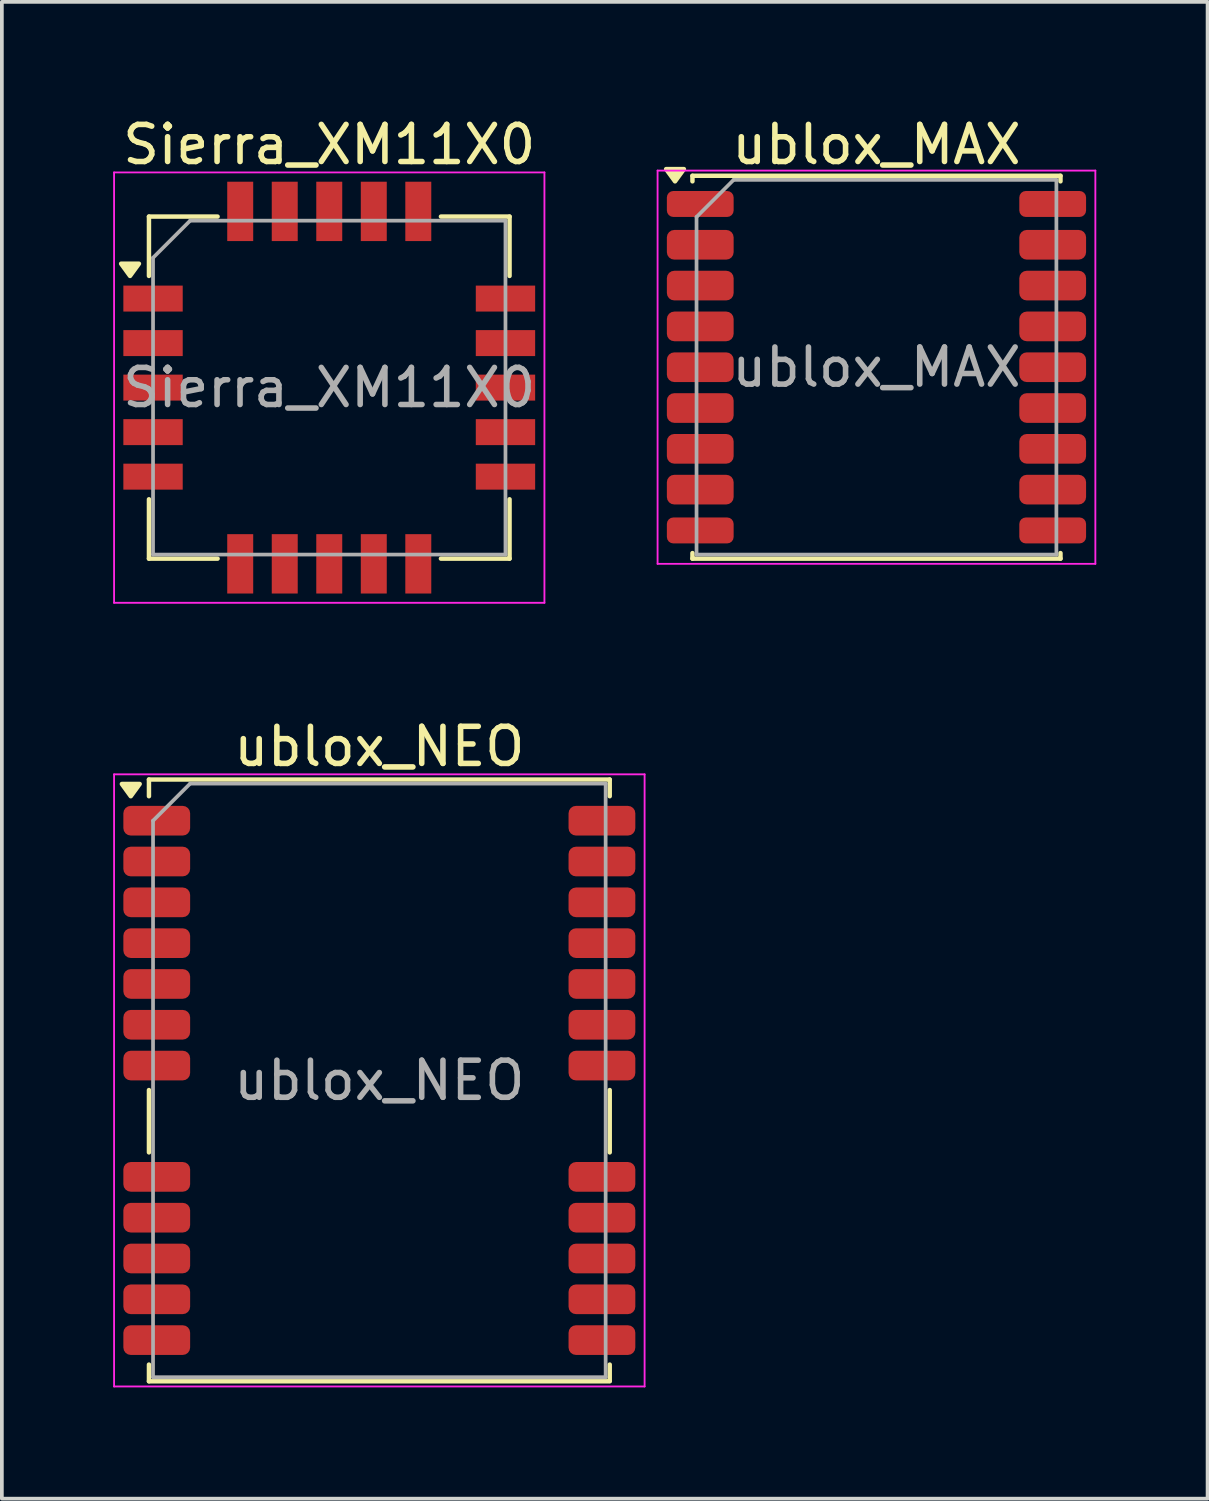
<source format=kicad_pcb>
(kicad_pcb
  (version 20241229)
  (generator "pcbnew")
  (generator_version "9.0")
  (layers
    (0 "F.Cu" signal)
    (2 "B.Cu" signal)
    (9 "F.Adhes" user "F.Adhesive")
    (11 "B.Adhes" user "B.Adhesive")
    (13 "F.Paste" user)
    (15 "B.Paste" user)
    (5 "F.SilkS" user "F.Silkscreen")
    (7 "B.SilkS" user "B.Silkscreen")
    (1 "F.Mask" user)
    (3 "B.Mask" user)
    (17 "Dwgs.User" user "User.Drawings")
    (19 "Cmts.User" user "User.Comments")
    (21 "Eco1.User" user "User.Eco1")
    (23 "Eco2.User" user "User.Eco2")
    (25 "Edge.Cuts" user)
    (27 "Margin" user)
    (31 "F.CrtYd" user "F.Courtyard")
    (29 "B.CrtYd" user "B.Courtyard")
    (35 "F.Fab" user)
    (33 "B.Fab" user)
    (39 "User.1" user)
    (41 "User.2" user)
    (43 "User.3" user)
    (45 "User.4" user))
  (footprint "Sierra_XM11X0"
    (layer "F.Cu")
    (at 5.825 7.398)
    (property "Reference" "Sierra_XM11X0" (at 0 -6.55 0) (layer "F.SilkS") (effects (font (size 1 1) (thickness 0.15))))
    (attr smd)
    (fp_line (start -4.86 -4.61) (end -3.01 -4.61) (stroke (width 0.12) (type solid)) (layer "F.SilkS"))
    (fp_line (start -4.86 -3.01) (end -4.86 -4.61) (stroke (width 0.12) (type solid)) (layer "F.SilkS"))
    (fp_line (start -4.86 3.01) (end -4.86 4.61) (stroke (width 0.12) (type solid)) (layer "F.SilkS"))
    (fp_line (start -4.86 4.61) (end -3.01 4.61) (stroke (width 0.12) (type solid)) (layer "F.SilkS"))
    (fp_line (start 4.86 -4.61) (end 3.01 -4.61) (stroke (width 0.12) (type solid)) (layer "F.SilkS"))
    (fp_line (start 4.86 -3.01) (end 4.86 -4.61) (stroke (width 0.12) (type solid)) (layer "F.SilkS"))
    (fp_line (start 4.86 3.01) (end 4.86 4.61) (stroke (width 0.12) (type solid)) (layer "F.SilkS"))
    (fp_line (start 4.86 4.61) (end 3.01 4.61) (stroke (width 0.12) (type solid)) (layer "F.SilkS"))
    (fp_poly (pts (xy -5.37 -3.01) (xy -5.61 -3.34) (xy -5.13 -3.34) (xy -5.37 -3.01)) (stroke (width 0.12) (type solid)) (fill yes) (layer "F.SilkS"))
    (fp_line (start -5.8 -5.8) (end -5.8 5.8) (stroke (width 0.05) (type solid)) (layer "F.CrtYd"))
    (fp_line (start -5.8 5.8) (end 5.8 5.8) (stroke (width 0.05) (type solid)) (layer "F.CrtYd"))
    (fp_line (start 5.8 -5.8) (end -5.8 -5.8) (stroke (width 0.05) (type solid)) (layer "F.CrtYd"))
    (fp_line (start 5.8 5.8) (end 5.8 -5.8) (stroke (width 0.05) (type solid)) (layer "F.CrtYd"))
    (fp_line (start -4.75 -3.5) (end -3.75 -4.5) (stroke (width 0.1) (type solid)) (layer "F.Fab"))
    (fp_line (start -4.75 4.5) (end -4.75 -3.5) (stroke (width 0.1) (type solid)) (layer "F.Fab"))
    (fp_line (start -3.75 -4.5) (end 4.75 -4.5) (stroke (width 0.1) (type solid)) (layer "F.Fab"))
    (fp_line (start 4.75 -4.5) (end 4.75 4.5) (stroke (width 0.1) (type solid)) (layer "F.Fab"))
    (fp_line (start 4.75 4.5) (end -4.75 4.5) (stroke (width 0.1) (type solid)) (layer "F.Fab"))
    (fp_text user "${REFERENCE}" (at 0 0 0) (layer "F.Fab") (effects (font (size 1 1) (thickness 0.15))))
    (pad "1" smd rect (at -4.75 -2.4) (size 1.6 0.7) (layers "F.Cu" "F.Mask" "F.Paste"))
    (pad "2" smd rect (at -4.75 -1.2) (size 1.6 0.7) (layers "F.Cu" "F.Mask" "F.Paste"))
    (pad "3" smd rect (at -4.75 0) (size 1.6 0.7) (layers "F.Cu" "F.Mask" "F.Paste"))
    (pad "4" smd rect (at -4.75 1.2) (size 1.6 0.7) (layers "F.Cu" "F.Mask" "F.Paste"))
    (pad "5" smd rect (at -4.75 2.4) (size 1.6 0.7) (layers "F.Cu" "F.Mask" "F.Paste"))
    (pad "6" smd rect (at -2.4 4.75) (size 0.7 1.6) (layers "F.Cu" "F.Mask" "F.Paste"))
    (pad "7" smd rect (at -1.2 4.75) (size 0.7 1.6) (layers "F.Cu" "F.Mask" "F.Paste"))
    (pad "8" smd rect (at 0 4.75) (size 0.7 1.6) (layers "F.Cu" "F.Mask" "F.Paste"))
    (pad "9" smd rect (at 1.2 4.75) (size 0.7 1.6) (layers "F.Cu" "F.Mask" "F.Paste"))
    (pad "10" smd rect (at 2.4 4.75) (size 0.7 1.6) (layers "F.Cu" "F.Mask" "F.Paste"))
    (pad "11" smd rect (at 4.75 2.4) (size 1.6 0.7) (layers "F.Cu" "F.Mask" "F.Paste"))
    (pad "12" smd rect (at 4.75 1.2) (size 1.6 0.7) (layers "F.Cu" "F.Mask" "F.Paste"))
    (pad "13" smd rect (at 4.75 0) (size 1.6 0.7) (layers "F.Cu" "F.Mask" "F.Paste"))
    (pad "14" smd rect (at 4.75 -1.2) (size 1.6 0.7) (layers "F.Cu" "F.Mask" "F.Paste"))
    (pad "15" smd rect (at 4.75 -2.4) (size 1.6 0.7) (layers "F.Cu" "F.Mask" "F.Paste"))
    (pad "16" smd rect (at 2.4 -4.75) (size 0.7 1.6) (layers "F.Cu" "F.Mask" "F.Paste"))
    (pad "17" smd rect (at 1.2 -4.75) (size 0.7 1.6) (layers "F.Cu" "F.Mask" "F.Paste"))
    (pad "18" smd rect (at 0 -4.75) (size 0.7 1.6) (layers "F.Cu" "F.Mask" "F.Paste"))
    (pad "19" smd rect (at -1.2 -4.75) (size 0.7 1.6) (layers "F.Cu" "F.Mask" "F.Paste"))
    (pad "20" smd rect (at -2.4 -4.75) (size 0.7 1.6) (layers "F.Cu" "F.Mask" "F.Paste")))
  (footprint "ublox_NEO"
    (layer "F.Cu")
    (at 7.175 26.072)
    (property "Reference" "ublox_NEO" (at 0 -9 0) (layer "F.SilkS") (effects (font (size 1 1) (thickness 0.15))))
    (attr smd)
    (fp_line (start -6.21 -8.11) (end -6.21 -7.66) (stroke (width 0.12) (type solid)) (layer "F.SilkS"))
    (fp_line (start -6.21 -8.11) (end 6.21 -8.11) (stroke (width 0.12) (type solid)) (layer "F.SilkS"))
    (fp_line (start -6.21 0.26) (end -6.21 1.94) (stroke (width 0.12) (type solid)) (layer "F.SilkS"))
    (fp_line (start -6.21 7.66) (end -6.21 8.11) (stroke (width 0.12) (type solid)) (layer "F.SilkS"))
    (fp_line (start -6.21 8.11) (end 6.21 8.11) (stroke (width 0.12) (type solid)) (layer "F.SilkS"))
    (fp_line (start 6.21 -8.11) (end 6.21 -7.66) (stroke (width 0.12) (type solid)) (layer "F.SilkS"))
    (fp_line (start 6.21 0.26) (end 6.21 1.94) (stroke (width 0.12) (type solid)) (layer "F.SilkS"))
    (fp_line (start 6.21 7.66) (end 6.21 8.1) (stroke (width 0.12) (type solid)) (layer "F.SilkS"))
    (fp_poly (pts (xy -6.7 -7.66) (xy -6.94 -7.99) (xy -6.46 -7.99) (xy -6.7 -7.66)) (stroke (width 0.12) (type solid)) (fill yes) (layer "F.SilkS"))
    (fp_line (start -7.15 -8.25) (end -7.15 8.25) (stroke (width 0.05) (type solid)) (layer "F.CrtYd"))
    (fp_line (start -7.15 -8.25) (end 7.15 -8.25) (stroke (width 0.05) (type solid)) (layer "F.CrtYd"))
    (fp_line (start -7.15 8.25) (end 7.15 8.25) (stroke (width 0.05) (type solid)) (layer "F.CrtYd"))
    (fp_line (start 7.15 -8.25) (end 7.15 8.25) (stroke (width 0.05) (type solid)) (layer "F.CrtYd"))
    (fp_line (start -6.1 -7) (end -6.1 8) (stroke (width 0.1) (type solid)) (layer "F.Fab"))
    (fp_line (start -6.1 8) (end 6.1 8) (stroke (width 0.1) (type solid)) (layer "F.Fab"))
    (fp_line (start -5.1 -8) (end -6.1 -7) (stroke (width 0.1) (type solid)) (layer "F.Fab"))
    (fp_line (start -5.1 -8) (end 6.1 -8) (stroke (width 0.1) (type solid)) (layer "F.Fab"))
    (fp_line (start 6.1 -8) (end 6.1 8) (stroke (width 0.1) (type solid)) (layer "F.Fab"))
    (fp_text user "${REFERENCE}" (at 0 0 0) (layer "F.Fab") (effects (font (size 1 1) (thickness 0.15))))
    (pad "1" smd roundrect (at -6 -7) (size 1.8 0.8) (layers "F.Cu" "F.Mask" "F.Paste") (roundrect_rratio 0.25))
    (pad "2" smd roundrect (at -6 -5.9) (size 1.8 0.8) (layers "F.Cu" "F.Mask" "F.Paste") (roundrect_rratio 0.25))
    (pad "3" smd roundrect (at -6 -4.8) (size 1.8 0.8) (layers "F.Cu" "F.Mask" "F.Paste") (roundrect_rratio 0.25))
    (pad "4" smd roundrect (at -6 -3.7) (size 1.8 0.8) (layers "F.Cu" "F.Mask" "F.Paste") (roundrect_rratio 0.25))
    (pad "5" smd roundrect (at -6 -2.6) (size 1.8 0.8) (layers "F.Cu" "F.Mask" "F.Paste") (roundrect_rratio 0.25))
    (pad "6" smd roundrect (at -6 -1.5) (size 1.8 0.8) (layers "F.Cu" "F.Mask" "F.Paste") (roundrect_rratio 0.25))
    (pad "7" smd roundrect (at -6 -0.4) (size 1.8 0.8) (layers "F.Cu" "F.Mask" "F.Paste") (roundrect_rratio 0.25))
    (pad "8" smd roundrect (at -6 2.6) (size 1.8 0.8) (layers "F.Cu" "F.Mask" "F.Paste") (roundrect_rratio 0.25))
    (pad "9" smd roundrect (at -6 3.7) (size 1.8 0.8) (layers "F.Cu" "F.Mask" "F.Paste") (roundrect_rratio 0.25))
    (pad "10" smd roundrect (at -6 4.8) (size 1.8 0.8) (layers "F.Cu" "F.Mask" "F.Paste") (roundrect_rratio 0.25))
    (pad "11" smd roundrect (at -6 5.9) (size 1.8 0.8) (layers "F.Cu" "F.Mask" "F.Paste") (roundrect_rratio 0.25))
    (pad "12" smd roundrect (at -6 7) (size 1.8 0.8) (layers "F.Cu" "F.Mask" "F.Paste") (roundrect_rratio 0.25))
    (pad "13" smd roundrect (at 6 7) (size 1.8 0.8) (layers "F.Cu" "F.Mask" "F.Paste") (roundrect_rratio 0.25))
    (pad "14" smd roundrect (at 6 5.9) (size 1.8 0.8) (layers "F.Cu" "F.Mask" "F.Paste") (roundrect_rratio 0.25))
    (pad "15" smd roundrect (at 6 4.8) (size 1.8 0.8) (layers "F.Cu" "F.Mask" "F.Paste") (roundrect_rratio 0.25))
    (pad "16" smd roundrect (at 6 3.7) (size 1.8 0.8) (layers "F.Cu" "F.Mask" "F.Paste") (roundrect_rratio 0.25))
    (pad "17" smd roundrect (at 6 2.6) (size 1.8 0.8) (layers "F.Cu" "F.Mask" "F.Paste") (roundrect_rratio 0.25))
    (pad "18" smd roundrect (at 6 -0.4) (size 1.8 0.8) (layers "F.Cu" "F.Mask" "F.Paste") (roundrect_rratio 0.25))
    (pad "19" smd roundrect (at 6 -1.5) (size 1.8 0.8) (layers "F.Cu" "F.Mask" "F.Paste") (roundrect_rratio 0.25))
    (pad "20" smd roundrect (at 6 -2.6) (size 1.8 0.8) (layers "F.Cu" "F.Mask" "F.Paste") (roundrect_rratio 0.25))
    (pad "21" smd roundrect (at 6 -3.7) (size 1.8 0.8) (layers "F.Cu" "F.Mask" "F.Paste") (roundrect_rratio 0.25))
    (pad "22" smd roundrect (at 6 -4.8) (size 1.8 0.8) (layers "F.Cu" "F.Mask" "F.Paste") (roundrect_rratio 0.25))
    (pad "23" smd roundrect (at 6 -5.9) (size 1.8 0.8) (layers "F.Cu" "F.Mask" "F.Paste") (roundrect_rratio 0.25))
    (pad "24" smd roundrect (at 6 -7) (size 1.8 0.8) (layers "F.Cu" "F.Mask" "F.Paste") (roundrect_rratio 0.25)))
  (footprint "ublox_MAX"
    (layer "F.Cu")
    (at 20.575 6.848)
    (property "Reference" "ublox_MAX" (at 0 -6 0) (layer "F.SilkS") (effects (font (size 1 1) (thickness 0.15))))
    (attr smd)
    (fp_line (start -4.96 -5.16) (end -4.96 -5.01) (stroke (width 0.12) (type solid)) (layer "F.SilkS"))
    (fp_line (start -4.96 -5.16) (end 4.96 -5.16) (stroke (width 0.12) (type solid)) (layer "F.SilkS"))
    (fp_line (start -4.96 5.01) (end -4.96 5.16) (stroke (width 0.12) (type solid)) (layer "F.SilkS"))
    (fp_line (start -4.96 5.16) (end 4.96 5.16) (stroke (width 0.12) (type solid)) (layer "F.SilkS"))
    (fp_line (start 4.96 -5.16) (end 4.96 -5.01) (stroke (width 0.12) (type solid)) (layer "F.SilkS"))
    (fp_line (start 4.96 5.01) (end 4.96 5.16) (stroke (width 0.12) (type solid)) (layer "F.SilkS"))
    (fp_poly (pts (xy -5.43 -5.01) (xy -5.67 -5.34) (xy -5.19 -5.34) (xy -5.43 -5.01)) (stroke (width 0.12) (type solid)) (fill yes) (layer "F.SilkS"))
    (fp_line (start -5.9 -5.3) (end -5.9 5.3) (stroke (width 0.05) (type solid)) (layer "F.CrtYd"))
    (fp_line (start -5.9 -5.3) (end 5.9 -5.3) (stroke (width 0.05) (type solid)) (layer "F.CrtYd"))
    (fp_line (start -5.9 5.3) (end 5.9 5.3) (stroke (width 0.05) (type solid)) (layer "F.CrtYd"))
    (fp_line (start 5.9 -5.3) (end 5.9 5.3) (stroke (width 0.05) (type solid)) (layer "F.CrtYd"))
    (fp_line (start -4.85 -4.05) (end -4.85 5.05) (stroke (width 0.1) (type solid)) (layer "F.Fab"))
    (fp_line (start -4.85 5.05) (end 4.85 5.05) (stroke (width 0.1) (type solid)) (layer "F.Fab"))
    (fp_line (start -3.85 -5.05) (end -4.85 -4.05) (stroke (width 0.1) (type solid)) (layer "F.Fab"))
    (fp_line (start -3.85 -5.05) (end 4.85 -5.05) (stroke (width 0.1) (type solid)) (layer "F.Fab"))
    (fp_line (start 4.85 -5.05) (end 4.85 5.05) (stroke (width 0.1) (type solid)) (layer "F.Fab"))
    (fp_text user "${REFERENCE}" (at 0 0 0) (layer "F.Fab") (effects (font (size 1 1) (thickness 0.15))))
    (pad "1" smd roundrect (at -4.75 -4.4) (size 1.8 0.7) (layers "F.Cu" "F.Mask" "F.Paste") (roundrect_rratio 0.25))
    (pad "2" smd roundrect (at -4.75 -3.3) (size 1.8 0.8) (layers "F.Cu" "F.Mask" "F.Paste") (roundrect_rratio 0.25))
    (pad "3" smd roundrect (at -4.75 -2.2) (size 1.8 0.8) (layers "F.Cu" "F.Mask" "F.Paste") (roundrect_rratio 0.25))
    (pad "4" smd roundrect (at -4.75 -1.1) (size 1.8 0.8) (layers "F.Cu" "F.Mask" "F.Paste") (roundrect_rratio 0.25))
    (pad "5" smd roundrect (at -4.75 0) (size 1.8 0.8) (layers "F.Cu" "F.Mask" "F.Paste") (roundrect_rratio 0.25))
    (pad "6" smd roundrect (at -4.75 1.1) (size 1.8 0.8) (layers "F.Cu" "F.Mask" "F.Paste") (roundrect_rratio 0.25))
    (pad "7" smd roundrect (at -4.75 2.2) (size 1.8 0.8) (layers "F.Cu" "F.Mask" "F.Paste") (roundrect_rratio 0.25))
    (pad "8" smd roundrect (at -4.75 3.3) (size 1.8 0.8) (layers "F.Cu" "F.Mask" "F.Paste") (roundrect_rratio 0.25))
    (pad "9" smd roundrect (at -4.75 4.4) (size 1.8 0.7) (layers "F.Cu" "F.Mask" "F.Paste") (roundrect_rratio 0.25))
    (pad "10" smd roundrect (at 4.75 4.4) (size 1.8 0.7) (layers "F.Cu" "F.Mask" "F.Paste") (roundrect_rratio 0.25))
    (pad "11" smd roundrect (at 4.75 3.3) (size 1.8 0.8) (layers "F.Cu" "F.Mask" "F.Paste") (roundrect_rratio 0.25))
    (pad "12" smd roundrect (at 4.75 2.2) (size 1.8 0.8) (layers "F.Cu" "F.Mask" "F.Paste") (roundrect_rratio 0.25))
    (pad "13" smd roundrect (at 4.75 1.1) (size 1.8 0.8) (layers "F.Cu" "F.Mask" "F.Paste") (roundrect_rratio 0.25))
    (pad "14" smd roundrect (at 4.75 0) (size 1.8 0.8) (layers "F.Cu" "F.Mask" "F.Paste") (roundrect_rratio 0.25))
    (pad "15" smd roundrect (at 4.75 -1.1) (size 1.8 0.8) (layers "F.Cu" "F.Mask" "F.Paste") (roundrect_rratio 0.25))
    (pad "16" smd roundrect (at 4.75 -2.2) (size 1.8 0.8) (layers "F.Cu" "F.Mask" "F.Paste") (roundrect_rratio 0.25))
    (pad "17" smd roundrect (at 4.75 -3.3) (size 1.8 0.8) (layers "F.Cu" "F.Mask" "F.Paste") (roundrect_rratio 0.25))
    (pad "18" smd roundrect (at 4.75 -4.4) (size 1.8 0.7) (layers "F.Cu" "F.Mask" "F.Paste") (roundrect_rratio 0.25)))
  (gr_rect
    (start -3 -3)
    (end 29.5 37.346)
    (stroke (width 0.1) (type default))
    (fill no)
    (layer "Edge.Cuts")))
</source>
